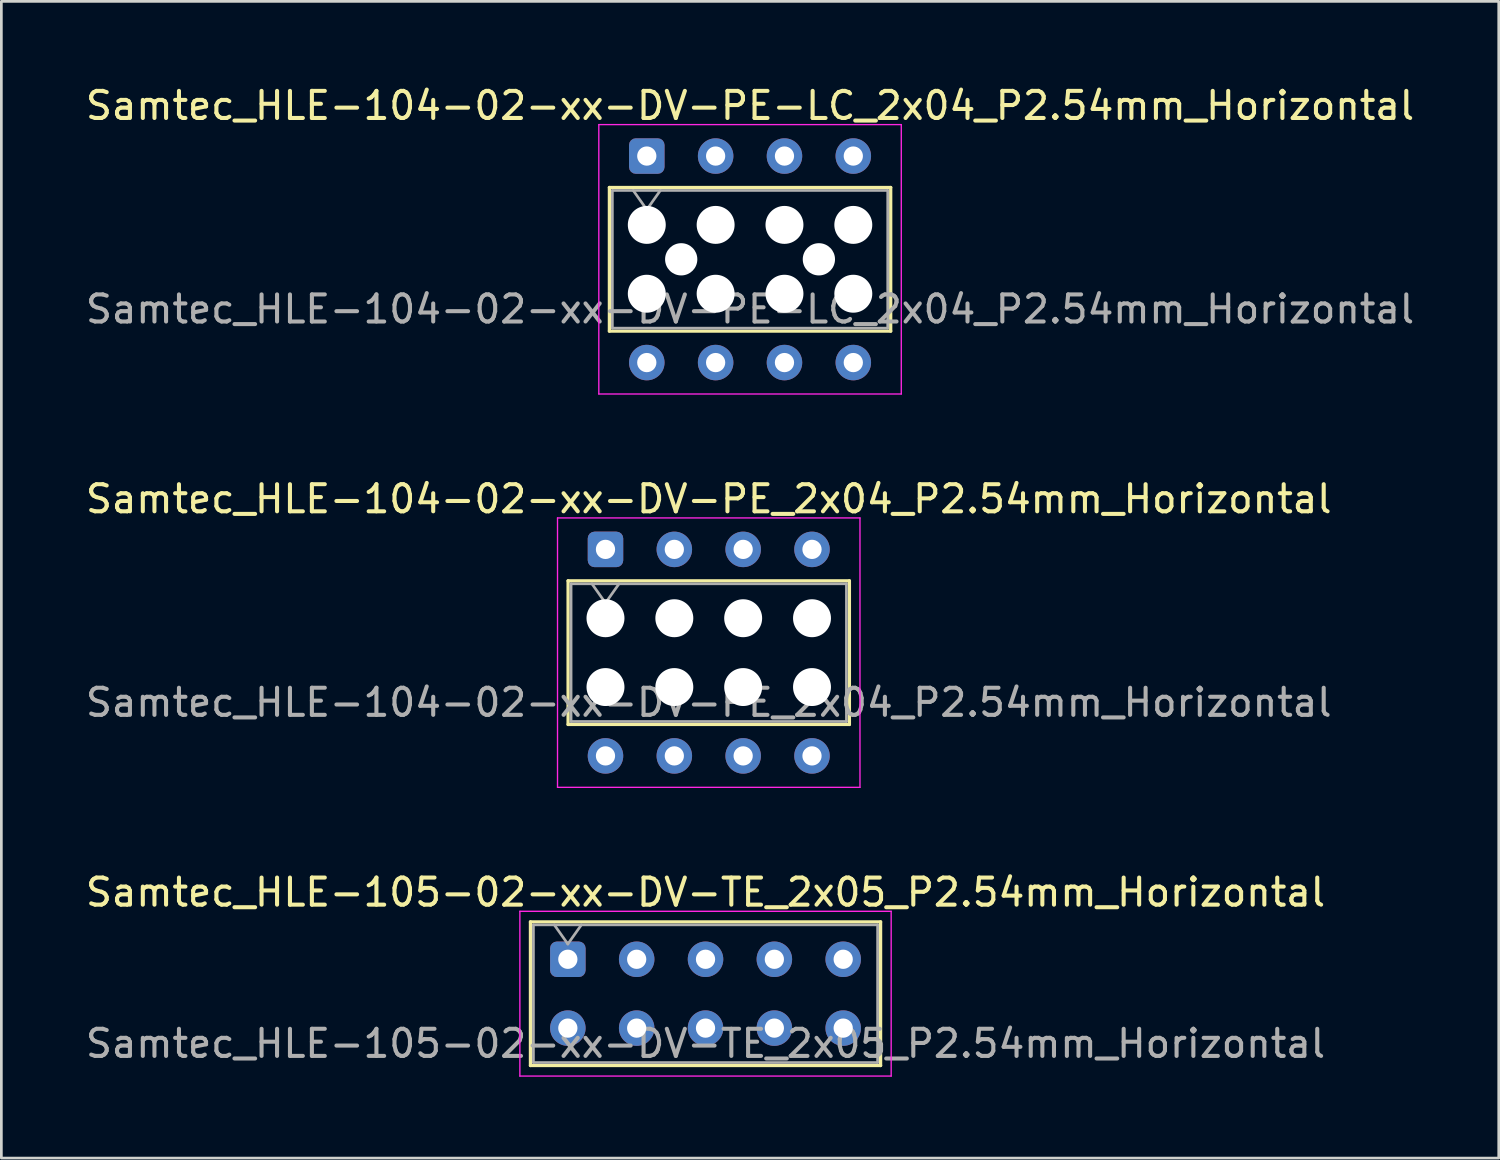
<source format=kicad_pcb>
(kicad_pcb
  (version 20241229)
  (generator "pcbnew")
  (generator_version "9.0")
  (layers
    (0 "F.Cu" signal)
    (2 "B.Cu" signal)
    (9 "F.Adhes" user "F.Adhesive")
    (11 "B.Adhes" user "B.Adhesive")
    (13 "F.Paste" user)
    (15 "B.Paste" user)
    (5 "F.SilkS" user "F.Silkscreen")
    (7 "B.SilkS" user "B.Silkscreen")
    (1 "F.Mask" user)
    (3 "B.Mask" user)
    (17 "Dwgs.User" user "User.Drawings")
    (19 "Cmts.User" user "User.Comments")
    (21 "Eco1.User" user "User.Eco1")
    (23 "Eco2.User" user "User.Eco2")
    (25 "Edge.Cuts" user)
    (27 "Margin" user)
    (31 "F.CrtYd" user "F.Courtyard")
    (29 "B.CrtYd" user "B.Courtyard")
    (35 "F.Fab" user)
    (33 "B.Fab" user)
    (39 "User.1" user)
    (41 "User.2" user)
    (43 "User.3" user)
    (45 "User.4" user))
  (footprint "Samtec_HLE-104-02-xx-DV-PE-LC_2x04_P2.54mm_Horizontal"
    (layer "F.Cu")
    (at 20.815 2.708)
    (property "Reference" "Samtec_HLE-104-02-xx-DV-PE-LC_2x04_P2.54mm_Horizontal" (at 3.81 -1.86 0) (layer "F.SilkS") (effects (font (size 1 1) (thickness 0.15))))
    (attr through_hole)
    (fp_line (start -1.38 1.16) (end 9 1.16) (stroke (width 0.12) (type solid)) (layer "F.SilkS"))
    (fp_line (start -1.38 6.46) (end -1.38 1.16) (stroke (width 0.12) (type solid)) (layer "F.SilkS"))
    (fp_line (start 9 1.16) (end 9 6.46) (stroke (width 0.12) (type solid)) (layer "F.SilkS"))
    (fp_line (start 9 6.46) (end -1.38 6.46) (stroke (width 0.12) (type solid)) (layer "F.SilkS"))
    (fp_line (start -1.77 -1.16) (end 9.39 -1.16) (stroke (width 0.05) (type solid)) (layer "F.CrtYd"))
    (fp_line (start -1.77 8.78) (end -1.77 -1.16) (stroke (width 0.05) (type solid)) (layer "F.CrtYd"))
    (fp_line (start 9.39 -1.16) (end 9.39 8.78) (stroke (width 0.05) (type solid)) (layer "F.CrtYd"))
    (fp_line (start 9.39 8.78) (end -1.77 8.78) (stroke (width 0.05) (type solid)) (layer "F.CrtYd"))
    (fp_line (start -1.27 1.27) (end 8.89 1.27) (stroke (width 0.1) (type solid)) (layer "F.Fab"))
    (fp_line (start -1.27 6.35) (end -1.27 1.27) (stroke (width 0.1) (type solid)) (layer "F.Fab"))
    (fp_line (start -0.5 1.27) (end 0 1.977) (stroke (width 0.1) (type solid)) (layer "F.Fab"))
    (fp_line (start 0 1.977) (end 0.5 1.27) (stroke (width 0.1) (type solid)) (layer "F.Fab"))
    (fp_line (start 8.89 1.27) (end 8.89 6.35) (stroke (width 0.1) (type solid)) (layer "F.Fab"))
    (fp_line (start 8.89 6.35) (end -1.27 6.35) (stroke (width 0.1) (type solid)) (layer "F.Fab"))
    (fp_text user "${REFERENCE}" (at 3.81 5.65 0) (layer "F.Fab") (effects (font (size 1 1) (thickness 0.15))))
    (pad "" np_thru_hole circle (at 0 2.54) (size 1.4 1.4) (drill 1.4) (layers "*.Cu" "*.Mask"))
    (pad "" np_thru_hole circle (at 0 5.08) (size 1.4 1.4) (drill 1.4) (layers "*.Cu" "*.Mask"))
    (pad "" np_thru_hole circle (at 1.27 3.81) (size 1.19 1.19) (drill 1.19) (layers "*.Cu" "*.Mask"))
    (pad "" np_thru_hole circle (at 2.54 2.54) (size 1.4 1.4) (drill 1.4) (layers "*.Cu" "*.Mask"))
    (pad "" np_thru_hole circle (at 2.54 5.08) (size 1.4 1.4) (drill 1.4) (layers "*.Cu" "*.Mask"))
    (pad "" np_thru_hole circle (at 5.08 2.54) (size 1.4 1.4) (drill 1.4) (layers "*.Cu" "*.Mask"))
    (pad "" np_thru_hole circle (at 5.08 5.08) (size 1.4 1.4) (drill 1.4) (layers "*.Cu" "*.Mask"))
    (pad "" np_thru_hole circle (at 6.35 3.81) (size 1.19 1.19) (drill 1.19) (layers "*.Cu" "*.Mask"))
    (pad "" np_thru_hole circle (at 7.62 2.54) (size 1.4 1.4) (drill 1.4) (layers "*.Cu" "*.Mask"))
    (pad "" np_thru_hole circle (at 7.62 5.08) (size 1.4 1.4) (drill 1.4) (layers "*.Cu" "*.Mask"))
    (pad "1" thru_hole roundrect (at 0 0) (size 1.31 1.31) (drill 0.71) (layers "*.Cu" "*.Mask") (roundrect_rratio 0.191))
    (pad "2" thru_hole circle (at 0 7.62) (size 1.31 1.31) (drill 0.71) (layers "*.Cu" "*.Mask"))
    (pad "3" thru_hole circle (at 2.54 0) (size 1.31 1.31) (drill 0.71) (layers "*.Cu" "*.Mask"))
    (pad "4" thru_hole circle (at 2.54 7.62) (size 1.31 1.31) (drill 0.71) (layers "*.Cu" "*.Mask"))
    (pad "5" thru_hole circle (at 5.08 0) (size 1.31 1.31) (drill 0.71) (layers "*.Cu" "*.Mask"))
    (pad "6" thru_hole circle (at 5.08 7.62) (size 1.31 1.31) (drill 0.71) (layers "*.Cu" "*.Mask"))
    (pad "7" thru_hole circle (at 7.62 0) (size 1.31 1.31) (drill 0.71) (layers "*.Cu" "*.Mask"))
    (pad "8" thru_hole circle (at 7.62 7.62) (size 1.31 1.31) (drill 0.71) (layers "*.Cu" "*.Mask")))
  (footprint "Samtec_HLE-105-02-xx-DV-TE_2x05_P2.54mm_Horizontal"
    (layer "F.Cu")
    (at 17.902 32.345)
    (property "Reference" "Samtec_HLE-105-02-xx-DV-TE_2x05_P2.54mm_Horizontal" (at 5.08 -2.47 0) (layer "F.SilkS") (effects (font (size 1 1) (thickness 0.15))))
    (attr through_hole)
    (fp_line (start -1.38 -1.38) (end 11.54 -1.38) (stroke (width 0.12) (type solid)) (layer "F.SilkS"))
    (fp_line (start -1.38 3.92) (end -1.38 -1.38) (stroke (width 0.12) (type solid)) (layer "F.SilkS"))
    (fp_line (start 11.54 -1.38) (end 11.54 3.92) (stroke (width 0.12) (type solid)) (layer "F.SilkS"))
    (fp_line (start 11.54 3.92) (end -1.38 3.92) (stroke (width 0.12) (type solid)) (layer "F.SilkS"))
    (fp_line (start -1.77 -1.77) (end 11.93 -1.77) (stroke (width 0.05) (type solid)) (layer "F.CrtYd"))
    (fp_line (start -1.77 4.31) (end -1.77 -1.77) (stroke (width 0.05) (type solid)) (layer "F.CrtYd"))
    (fp_line (start 11.93 -1.77) (end 11.93 4.31) (stroke (width 0.05) (type solid)) (layer "F.CrtYd"))
    (fp_line (start 11.93 4.31) (end -1.77 4.31) (stroke (width 0.05) (type solid)) (layer "F.CrtYd"))
    (fp_line (start -1.27 -1.27) (end 11.43 -1.27) (stroke (width 0.1) (type solid)) (layer "F.Fab"))
    (fp_line (start -1.27 3.81) (end -1.27 -1.27) (stroke (width 0.1) (type solid)) (layer "F.Fab"))
    (fp_line (start -0.5 -1.27) (end 0 -0.563) (stroke (width 0.1) (type solid)) (layer "F.Fab"))
    (fp_line (start 0 -0.563) (end 0.5 -1.27) (stroke (width 0.1) (type solid)) (layer "F.Fab"))
    (fp_line (start 11.43 -1.27) (end 11.43 3.81) (stroke (width 0.1) (type solid)) (layer "F.Fab"))
    (fp_line (start 11.43 3.81) (end -1.27 3.81) (stroke (width 0.1) (type solid)) (layer "F.Fab"))
    (fp_text user "${REFERENCE}" (at 5.08 3.11 0) (layer "F.Fab") (effects (font (size 1 1) (thickness 0.15))))
    (pad "1" thru_hole roundrect (at 0 0) (size 1.31 1.31) (drill 0.71) (layers "*.Cu" "*.Mask") (roundrect_rratio 0.191))
    (pad "2" thru_hole circle (at 0 2.54) (size 1.31 1.31) (drill 0.71) (layers "*.Cu" "*.Mask"))
    (pad "3" thru_hole circle (at 2.54 0) (size 1.31 1.31) (drill 0.71) (layers "*.Cu" "*.Mask"))
    (pad "4" thru_hole circle (at 2.54 2.54) (size 1.31 1.31) (drill 0.71) (layers "*.Cu" "*.Mask"))
    (pad "5" thru_hole circle (at 5.08 0) (size 1.31 1.31) (drill 0.71) (layers "*.Cu" "*.Mask"))
    (pad "6" thru_hole circle (at 5.08 2.54) (size 1.31 1.31) (drill 0.71) (layers "*.Cu" "*.Mask"))
    (pad "7" thru_hole circle (at 7.62 0) (size 1.31 1.31) (drill 0.71) (layers "*.Cu" "*.Mask"))
    (pad "8" thru_hole circle (at 7.62 2.54) (size 1.31 1.31) (drill 0.71) (layers "*.Cu" "*.Mask"))
    (pad "9" thru_hole circle (at 10.16 0) (size 1.31 1.31) (drill 0.71) (layers "*.Cu" "*.Mask"))
    (pad "10" thru_hole circle (at 10.16 2.54) (size 1.31 1.31) (drill 0.71) (layers "*.Cu" "*.Mask")))
  (footprint "Samtec_HLE-104-02-xx-DV-PE_2x04_P2.54mm_Horizontal"
    (layer "F.Cu")
    (at 19.291 17.221)
    (property "Reference" "Samtec_HLE-104-02-xx-DV-PE_2x04_P2.54mm_Horizontal" (at 3.81 -1.86 0) (layer "F.SilkS") (effects (font (size 1 1) (thickness 0.15))))
    (attr through_hole)
    (fp_line (start -1.38 1.16) (end 9 1.16) (stroke (width 0.12) (type solid)) (layer "F.SilkS"))
    (fp_line (start -1.38 6.46) (end -1.38 1.16) (stroke (width 0.12) (type solid)) (layer "F.SilkS"))
    (fp_line (start 9 1.16) (end 9 6.46) (stroke (width 0.12) (type solid)) (layer "F.SilkS"))
    (fp_line (start 9 6.46) (end -1.38 6.46) (stroke (width 0.12) (type solid)) (layer "F.SilkS"))
    (fp_line (start -1.77 -1.16) (end 9.39 -1.16) (stroke (width 0.05) (type solid)) (layer "F.CrtYd"))
    (fp_line (start -1.77 8.78) (end -1.77 -1.16) (stroke (width 0.05) (type solid)) (layer "F.CrtYd"))
    (fp_line (start 9.39 -1.16) (end 9.39 8.78) (stroke (width 0.05) (type solid)) (layer "F.CrtYd"))
    (fp_line (start 9.39 8.78) (end -1.77 8.78) (stroke (width 0.05) (type solid)) (layer "F.CrtYd"))
    (fp_line (start -1.27 1.27) (end 8.89 1.27) (stroke (width 0.1) (type solid)) (layer "F.Fab"))
    (fp_line (start -1.27 6.35) (end -1.27 1.27) (stroke (width 0.1) (type solid)) (layer "F.Fab"))
    (fp_line (start -0.5 1.27) (end 0 1.977) (stroke (width 0.1) (type solid)) (layer "F.Fab"))
    (fp_line (start 0 1.977) (end 0.5 1.27) (stroke (width 0.1) (type solid)) (layer "F.Fab"))
    (fp_line (start 8.89 1.27) (end 8.89 6.35) (stroke (width 0.1) (type solid)) (layer "F.Fab"))
    (fp_line (start 8.89 6.35) (end -1.27 6.35) (stroke (width 0.1) (type solid)) (layer "F.Fab"))
    (fp_text user "${REFERENCE}" (at 3.81 5.65 0) (layer "F.Fab") (effects (font (size 1 1) (thickness 0.15))))
    (pad "" np_thru_hole circle (at 0 2.54) (size 1.4 1.4) (drill 1.4) (layers "*.Cu" "*.Mask"))
    (pad "" np_thru_hole circle (at 0 5.08) (size 1.4 1.4) (drill 1.4) (layers "*.Cu" "*.Mask"))
    (pad "" np_thru_hole circle (at 2.54 2.54) (size 1.4 1.4) (drill 1.4) (layers "*.Cu" "*.Mask"))
    (pad "" np_thru_hole circle (at 2.54 5.08) (size 1.4 1.4) (drill 1.4) (layers "*.Cu" "*.Mask"))
    (pad "" np_thru_hole circle (at 5.08 2.54) (size 1.4 1.4) (drill 1.4) (layers "*.Cu" "*.Mask"))
    (pad "" np_thru_hole circle (at 5.08 5.08) (size 1.4 1.4) (drill 1.4) (layers "*.Cu" "*.Mask"))
    (pad "" np_thru_hole circle (at 7.62 2.54) (size 1.4 1.4) (drill 1.4) (layers "*.Cu" "*.Mask"))
    (pad "" np_thru_hole circle (at 7.62 5.08) (size 1.4 1.4) (drill 1.4) (layers "*.Cu" "*.Mask"))
    (pad "1" thru_hole roundrect (at 0 0) (size 1.31 1.31) (drill 0.71) (layers "*.Cu" "*.Mask") (roundrect_rratio 0.191))
    (pad "2" thru_hole circle (at 0 7.62) (size 1.31 1.31) (drill 0.71) (layers "*.Cu" "*.Mask"))
    (pad "3" thru_hole circle (at 2.54 0) (size 1.31 1.31) (drill 0.71) (layers "*.Cu" "*.Mask"))
    (pad "4" thru_hole circle (at 2.54 7.62) (size 1.31 1.31) (drill 0.71) (layers "*.Cu" "*.Mask"))
    (pad "5" thru_hole circle (at 5.08 0) (size 1.31 1.31) (drill 0.71) (layers "*.Cu" "*.Mask"))
    (pad "6" thru_hole circle (at 5.08 7.62) (size 1.31 1.31) (drill 0.71) (layers "*.Cu" "*.Mask"))
    (pad "7" thru_hole circle (at 7.62 0) (size 1.31 1.31) (drill 0.71) (layers "*.Cu" "*.Mask"))
    (pad "8" thru_hole circle (at 7.62 7.62) (size 1.31 1.31) (drill 0.71) (layers "*.Cu" "*.Mask")))
  (gr_rect
    (start -3 -3)
    (end 52.25 39.68)
    (stroke (width 0.1) (type default))
    (fill no)
    (layer "Edge.Cuts")))
</source>
